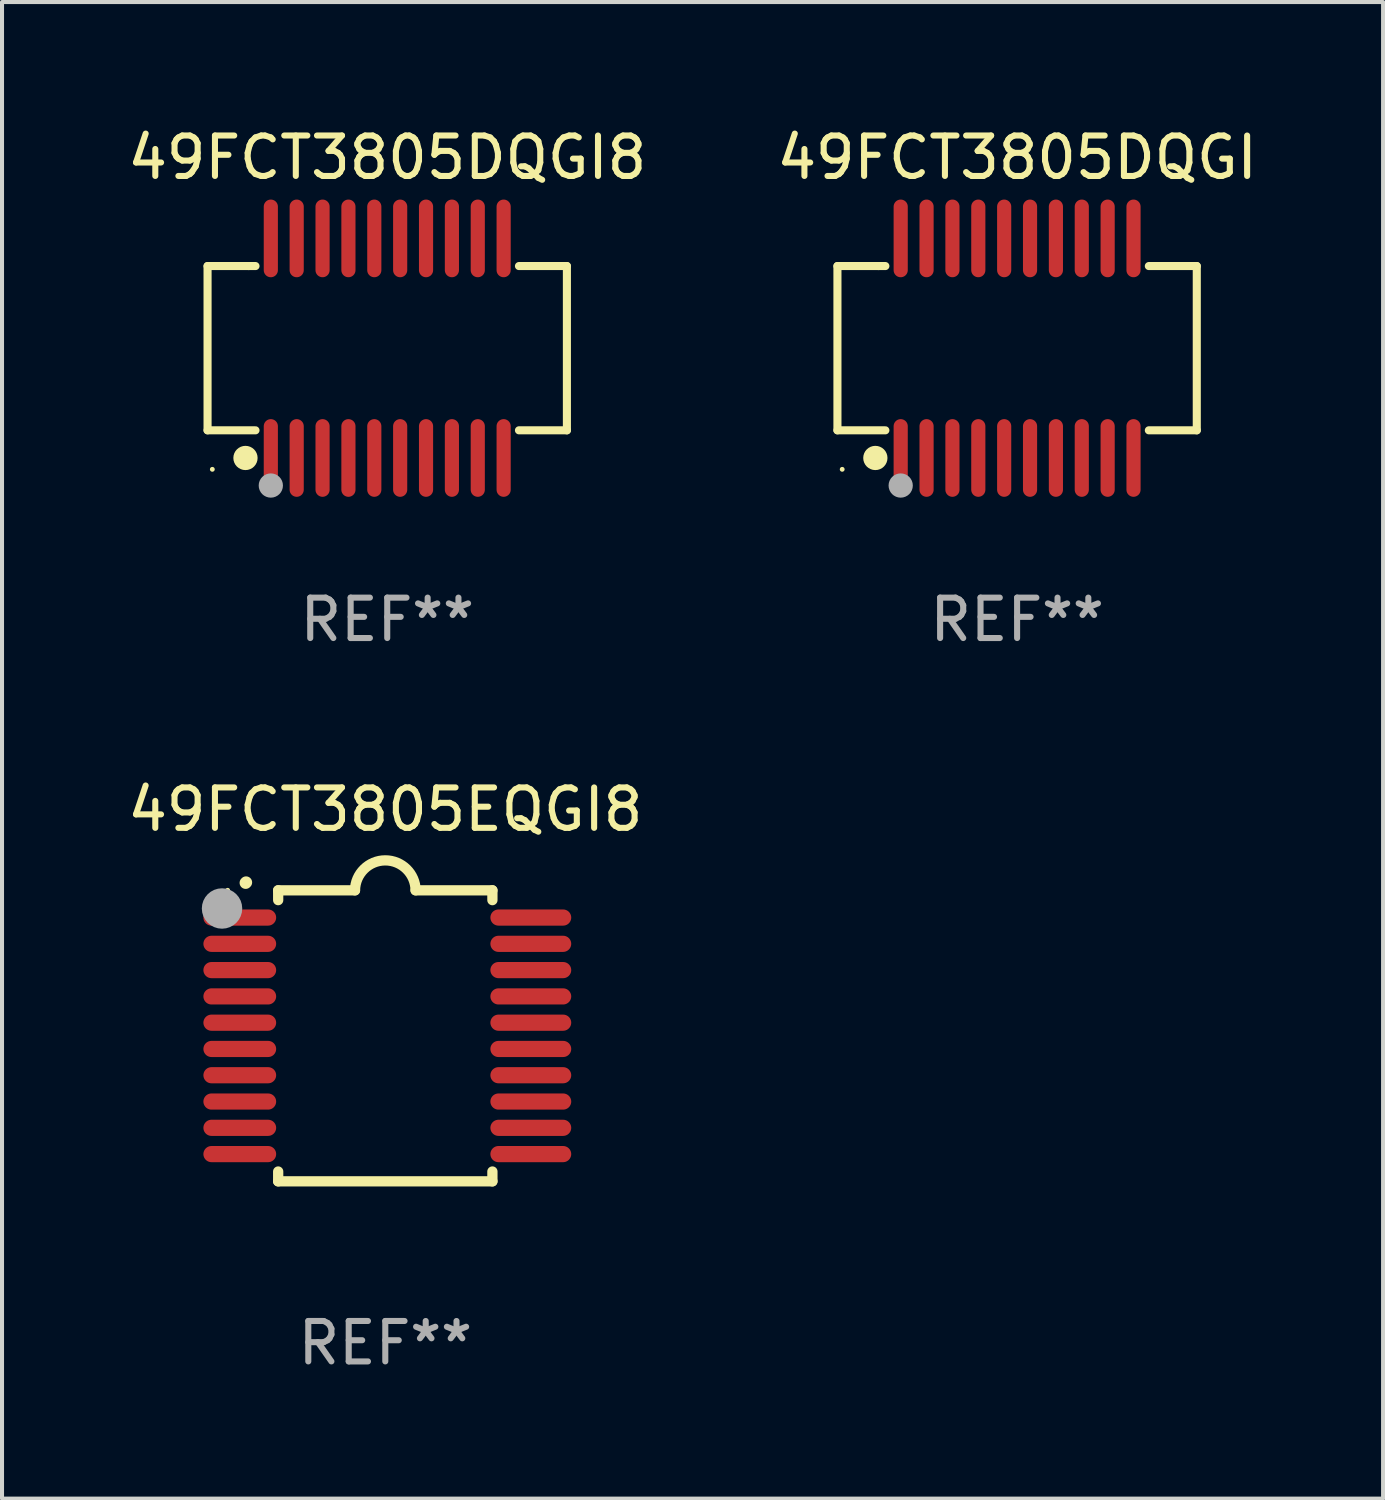
<source format=kicad_pcb>
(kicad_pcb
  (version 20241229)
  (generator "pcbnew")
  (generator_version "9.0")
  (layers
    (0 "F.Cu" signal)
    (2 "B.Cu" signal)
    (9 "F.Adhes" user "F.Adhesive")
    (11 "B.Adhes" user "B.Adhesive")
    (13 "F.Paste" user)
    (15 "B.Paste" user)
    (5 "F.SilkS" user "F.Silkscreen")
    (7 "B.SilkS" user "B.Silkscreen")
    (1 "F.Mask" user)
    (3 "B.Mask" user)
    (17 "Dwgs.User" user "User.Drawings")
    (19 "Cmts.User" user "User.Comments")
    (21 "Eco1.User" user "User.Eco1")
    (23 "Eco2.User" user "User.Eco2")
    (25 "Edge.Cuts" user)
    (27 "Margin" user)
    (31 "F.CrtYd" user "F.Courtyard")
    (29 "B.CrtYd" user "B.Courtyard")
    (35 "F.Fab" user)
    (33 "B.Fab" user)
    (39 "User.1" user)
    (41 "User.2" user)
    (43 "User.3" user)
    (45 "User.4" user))
  (footprint "49FCT3805DQGI"
    (layer "F.Cu")
    (at 22.113 5.564)
    (property "Reference" "49FCT3805DQGI" (at 0 -4.716 0) (layer "F.SilkS") (effects (font (size 1 1) (thickness 0.15))))
    (attr through_hole)
    (fp_line (start -4.445 -2.032) (end -4.445 2.032) (stroke (width 0.2) (type solid)) (layer "F.SilkS"))
    (fp_line (start -4.445 2.032) (end -3.259 2.032) (stroke (width 0.2) (type solid)) (layer "F.SilkS"))
    (fp_line (start -3.429 -2.032) (end -4.445 -2.032) (stroke (width 0.2) (type solid)) (layer "F.SilkS"))
    (fp_line (start -3.259 -2.032) (end -3.429 -2.032) (stroke (width 0.2) (type solid)) (layer "F.SilkS"))
    (fp_line (start 3.259 2.032) (end 4.445 2.032) (stroke (width 0.2) (type solid)) (layer "F.SilkS"))
    (fp_line (start 4.445 -2.032) (end 3.259 -2.032) (stroke (width 0.2) (type solid)) (layer "F.SilkS"))
    (fp_line (start 4.445 2.032) (end 4.445 -2.032) (stroke (width 0.2) (type solid)) (layer "F.SilkS"))
    (fp_circle (center -4.327 2.997) (end -4.297 2.997) (stroke (width 0.06) (type solid)) (fill no) (layer "F.SilkS"))
    (fp_circle (center -3.507 2.716) (end -3.357 2.716) (stroke (width 0.3) (type solid)) (fill no) (layer "F.SilkS"))
    (fp_circle (center -2.88 3.398) (end -2.73 3.398) (stroke (width 0.3) (type solid)) (fill no) (layer "F.Fab"))
    (fp_text user "REF**" (at 0 6.716 0) (layer "F.Fab") (effects (font (size 1 1) (thickness 0.15))))
    (pad "1" smd oval (at -2.88 2.716) (size 0.35 1.922) (layers "F.Cu" "F.Mask" "F.Paste"))
    (pad "2" smd oval (at -2.24 2.716) (size 0.35 1.922) (layers "F.Cu" "F.Mask" "F.Paste"))
    (pad "3" smd oval (at -1.6 2.716) (size 0.35 1.922) (layers "F.Cu" "F.Mask" "F.Paste"))
    (pad "4" smd oval (at -0.96 2.716) (size 0.35 1.922) (layers "F.Cu" "F.Mask" "F.Paste"))
    (pad "5" smd oval (at -0.32 2.716) (size 0.35 1.922) (layers "F.Cu" "F.Mask" "F.Paste"))
    (pad "6" smd oval (at 0.32 2.716) (size 0.35 1.922) (layers "F.Cu" "F.Mask" "F.Paste"))
    (pad "7" smd oval (at 0.96 2.716) (size 0.35 1.922) (layers "F.Cu" "F.Mask" "F.Paste"))
    (pad "8" smd oval (at 1.6 2.716) (size 0.35 1.922) (layers "F.Cu" "F.Mask" "F.Paste"))
    (pad "9" smd oval (at 2.24 2.716) (size 0.35 1.922) (layers "F.Cu" "F.Mask" "F.Paste"))
    (pad "10" smd oval (at 2.88 2.716) (size 0.35 1.922) (layers "F.Cu" "F.Mask" "F.Paste"))
    (pad "11" smd oval (at 2.88 -2.716) (size 0.35 1.922) (layers "F.Cu" "F.Mask" "F.Paste"))
    (pad "12" smd oval (at 2.24 -2.716) (size 0.35 1.922) (layers "F.Cu" "F.Mask" "F.Paste"))
    (pad "13" smd oval (at 1.6 -2.716) (size 0.35 1.922) (layers "F.Cu" "F.Mask" "F.Paste"))
    (pad "14" smd oval (at 0.96 -2.716) (size 0.35 1.922) (layers "F.Cu" "F.Mask" "F.Paste"))
    (pad "15" smd oval (at 0.32 -2.716) (size 0.35 1.922) (layers "F.Cu" "F.Mask" "F.Paste"))
    (pad "16" smd oval (at -0.32 -2.716) (size 0.35 1.922) (layers "F.Cu" "F.Mask" "F.Paste"))
    (pad "17" smd oval (at -0.96 -2.716) (size 0.35 1.922) (layers "F.Cu" "F.Mask" "F.Paste"))
    (pad "18" smd oval (at -1.6 -2.716) (size 0.35 1.922) (layers "F.Cu" "F.Mask" "F.Paste"))
    (pad "19" smd oval (at -2.24 -2.716) (size 0.35 1.922) (layers "F.Cu" "F.Mask" "F.Paste"))
    (pad "20" smd oval (at -2.88 -2.716) (size 0.35 1.922) (layers "F.Cu" "F.Mask" "F.Paste")))
  (footprint "49FCT3805DQGI8"
    (layer "F.Cu")
    (at 6.53 5.564)
    (property "Reference" "49FCT3805DQGI8" (at 0 -4.716 0) (layer "F.SilkS") (effects (font (size 1 1) (thickness 0.15))))
    (attr through_hole)
    (fp_line (start -4.445 -2.032) (end -4.445 2.032) (stroke (width 0.2) (type solid)) (layer "F.SilkS"))
    (fp_line (start -4.445 2.032) (end -3.259 2.032) (stroke (width 0.2) (type solid)) (layer "F.SilkS"))
    (fp_line (start -3.429 -2.032) (end -4.445 -2.032) (stroke (width 0.2) (type solid)) (layer "F.SilkS"))
    (fp_line (start -3.259 -2.032) (end -3.429 -2.032) (stroke (width 0.2) (type solid)) (layer "F.SilkS"))
    (fp_line (start 3.259 2.032) (end 4.445 2.032) (stroke (width 0.2) (type solid)) (layer "F.SilkS"))
    (fp_line (start 4.445 -2.032) (end 3.259 -2.032) (stroke (width 0.2) (type solid)) (layer "F.SilkS"))
    (fp_line (start 4.445 2.032) (end 4.445 -2.032) (stroke (width 0.2) (type solid)) (layer "F.SilkS"))
    (fp_circle (center -4.327 2.997) (end -4.297 2.997) (stroke (width 0.06) (type solid)) (fill no) (layer "F.SilkS"))
    (fp_circle (center -3.507 2.716) (end -3.357 2.716) (stroke (width 0.3) (type solid)) (fill no) (layer "F.SilkS"))
    (fp_circle (center -2.88 3.398) (end -2.73 3.398) (stroke (width 0.3) (type solid)) (fill no) (layer "F.Fab"))
    (fp_text user "REF**" (at 0 6.716 0) (layer "F.Fab") (effects (font (size 1 1) (thickness 0.15))))
    (pad "1" smd oval (at -2.88 2.716) (size 0.35 1.922) (layers "F.Cu" "F.Mask" "F.Paste"))
    (pad "2" smd oval (at -2.24 2.716) (size 0.35 1.922) (layers "F.Cu" "F.Mask" "F.Paste"))
    (pad "3" smd oval (at -1.6 2.716) (size 0.35 1.922) (layers "F.Cu" "F.Mask" "F.Paste"))
    (pad "4" smd oval (at -0.96 2.716) (size 0.35 1.922) (layers "F.Cu" "F.Mask" "F.Paste"))
    (pad "5" smd oval (at -0.32 2.716) (size 0.35 1.922) (layers "F.Cu" "F.Mask" "F.Paste"))
    (pad "6" smd oval (at 0.32 2.716) (size 0.35 1.922) (layers "F.Cu" "F.Mask" "F.Paste"))
    (pad "7" smd oval (at 0.96 2.716) (size 0.35 1.922) (layers "F.Cu" "F.Mask" "F.Paste"))
    (pad "8" smd oval (at 1.6 2.716) (size 0.35 1.922) (layers "F.Cu" "F.Mask" "F.Paste"))
    (pad "9" smd oval (at 2.24 2.716) (size 0.35 1.922) (layers "F.Cu" "F.Mask" "F.Paste"))
    (pad "10" smd oval (at 2.88 2.716) (size 0.35 1.922) (layers "F.Cu" "F.Mask" "F.Paste"))
    (pad "11" smd oval (at 2.88 -2.716) (size 0.35 1.922) (layers "F.Cu" "F.Mask" "F.Paste"))
    (pad "12" smd oval (at 2.24 -2.716) (size 0.35 1.922) (layers "F.Cu" "F.Mask" "F.Paste"))
    (pad "13" smd oval (at 1.6 -2.716) (size 0.35 1.922) (layers "F.Cu" "F.Mask" "F.Paste"))
    (pad "14" smd oval (at 0.96 -2.716) (size 0.35 1.922) (layers "F.Cu" "F.Mask" "F.Paste"))
    (pad "15" smd oval (at 0.32 -2.716) (size 0.35 1.922) (layers "F.Cu" "F.Mask" "F.Paste"))
    (pad "16" smd oval (at -0.32 -2.716) (size 0.35 1.922) (layers "F.Cu" "F.Mask" "F.Paste"))
    (pad "17" smd oval (at -0.96 -2.716) (size 0.35 1.922) (layers "F.Cu" "F.Mask" "F.Paste"))
    (pad "18" smd oval (at -1.6 -2.716) (size 0.35 1.922) (layers "F.Cu" "F.Mask" "F.Paste"))
    (pad "19" smd oval (at -2.24 -2.716) (size 0.35 1.922) (layers "F.Cu" "F.Mask" "F.Paste"))
    (pad "20" smd oval (at -2.88 -2.716) (size 0.35 1.922) (layers "F.Cu" "F.Mask" "F.Paste")))
  (footprint "49FCT3805EQGI8"
    (layer "F.Cu")
    (at 6.482 22.576)
    (property "Reference" "49FCT3805EQGI8" (at 0 -5.6 0) (layer "F.SilkS") (effects (font (size 1 1) (thickness 0.15))))
    (attr through_hole)
    (fp_line (start -2.65 -3.6) (end -2.65 -3.357) (stroke (width 0.254) (type solid)) (layer "F.SilkS"))
    (fp_line (start -2.65 -3.6) (end -0.75 -3.6) (stroke (width 0.254) (type solid)) (layer "F.SilkS"))
    (fp_line (start -2.65 3.357) (end -2.65 3.6) (stroke (width 0.254) (type solid)) (layer "F.SilkS"))
    (fp_line (start 2.65 -3.6) (end 0.75 -3.6) (stroke (width 0.254) (type solid)) (layer "F.SilkS"))
    (fp_line (start 2.65 -3.6) (end 2.65 -3.357) (stroke (width 0.254) (type solid)) (layer "F.SilkS"))
    (fp_line (start 2.65 3.357) (end 2.65 3.6) (stroke (width 0.254) (type solid)) (layer "F.SilkS"))
    (fp_line (start 2.65 3.6) (end -2.65 3.6) (stroke (width 0.254) (type solid)) (layer "F.SilkS"))
    (fp_arc (start -3.454407 -3.784608) (mid -3.449499 -3.78986) (end -3.444247 -3.794768) (stroke (width 0.3) (type solid)) (layer "F.SilkS"))
    (fp_arc (start -0.749301 -3.599186) (mid -0.000051 -4.348844) (end 0.750013 -3.6) (stroke (width 0.254001) (type solid)) (layer "F.SilkS"))
    (fp_circle (center -3.9 -3.6) (end -3.87 -3.6) (stroke (width 0.06) (type solid)) (fill no) (layer "F.SilkS"))
    (fp_circle (center -4.039 -3.15) (end -3.789 -3.15) (stroke (width 0.5) (type solid)) (fill no) (layer "F.Fab"))
    (fp_text user "REF**" (at 0 7.6 0) (layer "F.Fab") (effects (font (size 1 1) (thickness 0.15))))
    (pad "1" smd oval (at -3.6 -2.926 90) (size 0.4 1.8) (layers "F.Cu" "F.Mask" "F.Paste"))
    (pad "2" smd oval (at -3.6 -2.276 90) (size 0.4 1.8) (layers "F.Cu" "F.Mask" "F.Paste"))
    (pad "3" smd oval (at -3.6 -1.626 90) (size 0.4 1.8) (layers "F.Cu" "F.Mask" "F.Paste"))
    (pad "4" smd oval (at -3.6 -0.975 90) (size 0.4 1.8) (layers "F.Cu" "F.Mask" "F.Paste"))
    (pad "5" smd oval (at -3.6 -0.325 90) (size 0.4 1.8) (layers "F.Cu" "F.Mask" "F.Paste"))
    (pad "6" smd oval (at -3.6 0.325 90) (size 0.4 1.8) (layers "F.Cu" "F.Mask" "F.Paste"))
    (pad "7" smd oval (at -3.6 0.975 90) (size 0.4 1.8) (layers "F.Cu" "F.Mask" "F.Paste"))
    (pad "8" smd oval (at -3.6 1.626 90) (size 0.4 1.8) (layers "F.Cu" "F.Mask" "F.Paste"))
    (pad "9" smd oval (at -3.6 2.276 90) (size 0.4 1.8) (layers "F.Cu" "F.Mask" "F.Paste"))
    (pad "10" smd oval (at -3.6 2.926 90) (size 0.4 1.8) (layers "F.Cu" "F.Mask" "F.Paste"))
    (pad "11" smd oval (at 3.6 2.926 90) (size 0.4 2) (layers "F.Cu" "F.Mask" "F.Paste"))
    (pad "12" smd oval (at 3.6 2.276 90) (size 0.4 2) (layers "F.Cu" "F.Mask" "F.Paste"))
    (pad "13" smd oval (at 3.6 1.626 90) (size 0.4 2) (layers "F.Cu" "F.Mask" "F.Paste"))
    (pad "14" smd oval (at 3.6 0.975 90) (size 0.4 2) (layers "F.Cu" "F.Mask" "F.Paste"))
    (pad "15" smd oval (at 3.6 0.325 90) (size 0.4 2) (layers "F.Cu" "F.Mask" "F.Paste"))
    (pad "16" smd oval (at 3.6 -0.325 90) (size 0.4 2) (layers "F.Cu" "F.Mask" "F.Paste"))
    (pad "17" smd oval (at 3.6 -0.975 90) (size 0.4 2) (layers "F.Cu" "F.Mask" "F.Paste"))
    (pad "18" smd oval (at 3.6 -1.626 90) (size 0.4 2) (layers "F.Cu" "F.Mask" "F.Paste"))
    (pad "19" smd oval (at 3.6 -2.276 90) (size 0.4 2) (layers "F.Cu" "F.Mask" "F.Paste"))
    (pad "20" smd oval (at 3.6 -2.926 90) (size 0.4 2) (layers "F.Cu" "F.Mask" "F.Paste")))
  (gr_rect
    (start -3 -3)
    (end 31.167 34.025)
    (stroke (width 0.1) (type default))
    (fill no)
    (layer "Edge.Cuts")))
</source>
